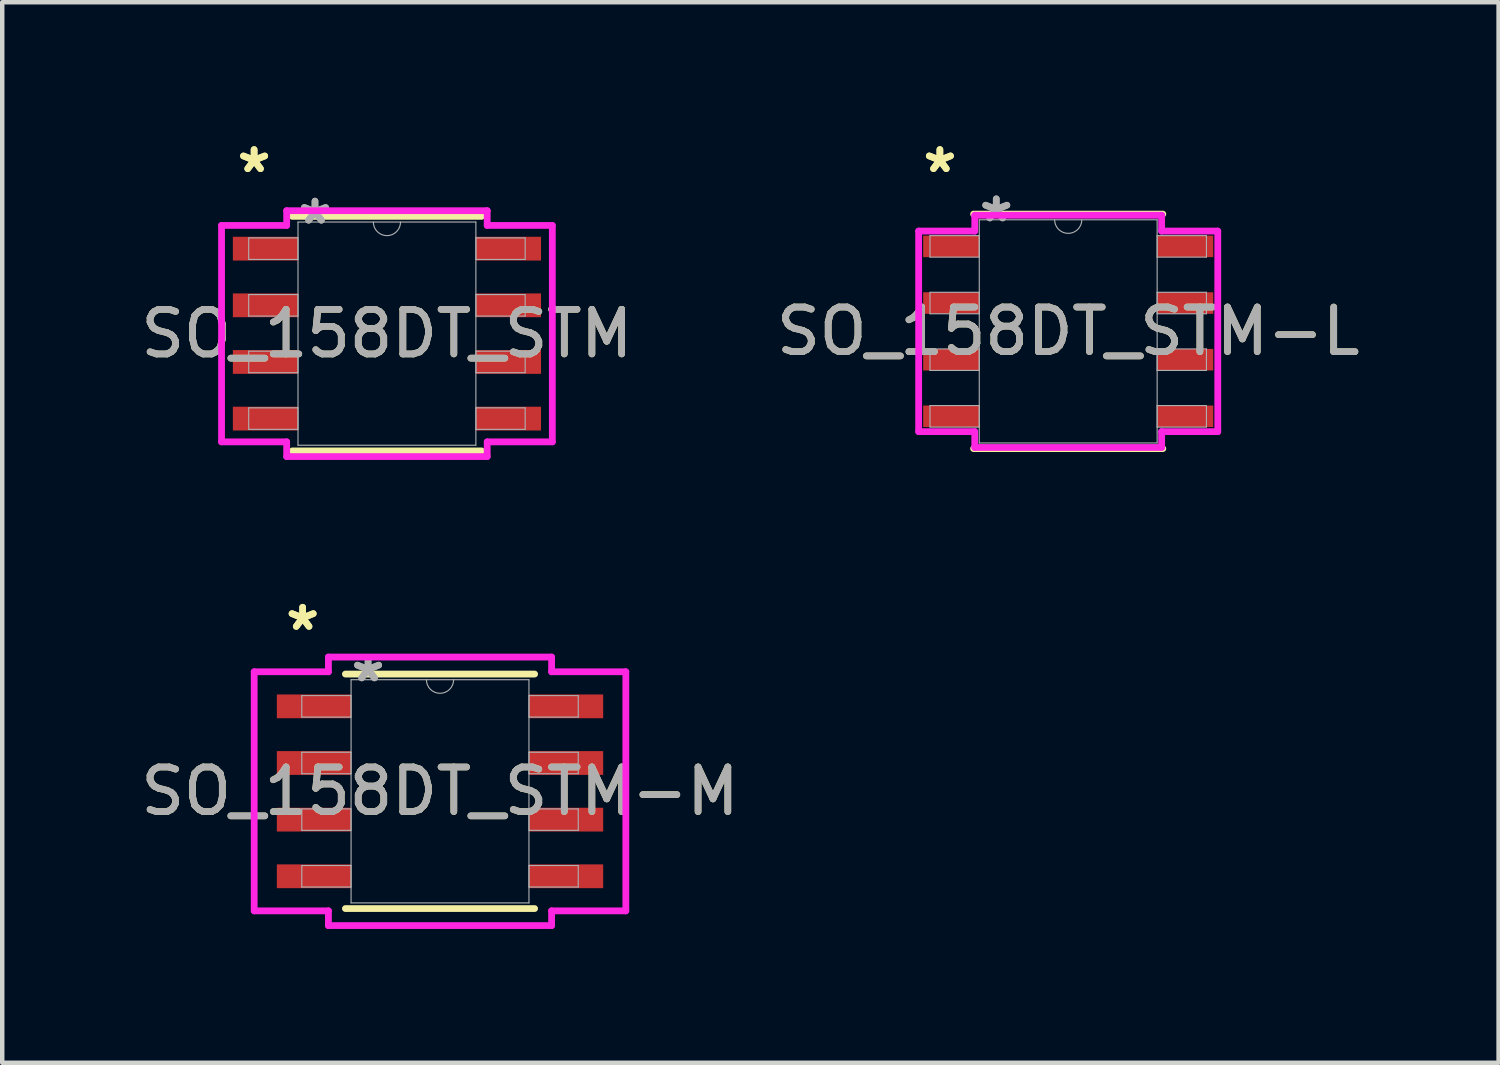
<source format=kicad_pcb>
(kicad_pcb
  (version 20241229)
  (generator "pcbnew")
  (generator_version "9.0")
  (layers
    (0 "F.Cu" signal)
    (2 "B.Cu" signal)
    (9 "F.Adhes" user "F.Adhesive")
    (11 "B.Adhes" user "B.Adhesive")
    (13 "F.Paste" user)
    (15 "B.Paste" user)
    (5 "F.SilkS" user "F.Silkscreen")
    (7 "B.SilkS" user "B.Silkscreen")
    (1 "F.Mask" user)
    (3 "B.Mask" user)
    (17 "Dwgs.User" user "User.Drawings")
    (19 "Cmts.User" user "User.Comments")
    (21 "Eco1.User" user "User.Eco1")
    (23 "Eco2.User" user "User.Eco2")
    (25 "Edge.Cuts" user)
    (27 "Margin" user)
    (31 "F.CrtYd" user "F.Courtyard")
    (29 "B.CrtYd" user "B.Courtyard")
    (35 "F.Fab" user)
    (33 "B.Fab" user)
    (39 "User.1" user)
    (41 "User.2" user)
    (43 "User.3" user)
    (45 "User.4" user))
  (footprint "SO_158DT_STM"
    (layer "F.Cu")
    (at 5.625 4.43)
    (property "Reference" "SO_158DT_STM" (at 0 0 0) (unlocked yes) (layer "F.SilkS") (effects (font (size 1 1) (thickness 0.15))))
    (attr smd)
    (fp_line (start -2.121 2.629) (end 2.121 2.629) (stroke (width 0.152) (type solid)) (layer "F.SilkS"))
    (fp_line (start 2.121 -2.629) (end -2.121 -2.629) (stroke (width 0.152) (type solid)) (layer "F.SilkS"))
    (fp_line (start -3.708 -2.426) (end -2.248 -2.426) (stroke (width 0.152) (type solid)) (layer "F.CrtYd"))
    (fp_line (start -3.708 2.426) (end -3.708 -2.426) (stroke (width 0.152) (type solid)) (layer "F.CrtYd"))
    (fp_line (start -3.708 2.426) (end -2.248 2.426) (stroke (width 0.152) (type solid)) (layer "F.CrtYd"))
    (fp_line (start -2.248 -2.756) (end 2.248 -2.756) (stroke (width 0.152) (type solid)) (layer "F.CrtYd"))
    (fp_line (start -2.248 -2.426) (end -2.248 -2.756) (stroke (width 0.152) (type solid)) (layer "F.CrtYd"))
    (fp_line (start -2.248 2.756) (end -2.248 2.426) (stroke (width 0.152) (type solid)) (layer "F.CrtYd"))
    (fp_line (start 2.248 -2.756) (end 2.248 -2.426) (stroke (width 0.152) (type solid)) (layer "F.CrtYd"))
    (fp_line (start 2.248 2.426) (end 2.248 2.756) (stroke (width 0.152) (type solid)) (layer "F.CrtYd"))
    (fp_line (start 2.248 2.756) (end -2.248 2.756) (stroke (width 0.152) (type solid)) (layer "F.CrtYd"))
    (fp_line (start 3.708 -2.426) (end 2.248 -2.426) (stroke (width 0.152) (type solid)) (layer "F.CrtYd"))
    (fp_line (start 3.708 -2.426) (end 3.708 2.426) (stroke (width 0.152) (type solid)) (layer "F.CrtYd"))
    (fp_line (start 3.708 2.426) (end 2.248 2.426) (stroke (width 0.152) (type solid)) (layer "F.CrtYd"))
    (fp_line (start -3.099 -2.146) (end -3.099 -1.664) (stroke (width 0.025) (type solid)) (layer "F.Fab"))
    (fp_line (start -3.099 -1.664) (end -1.994 -1.664) (stroke (width 0.025) (type solid)) (layer "F.Fab"))
    (fp_line (start -3.099 -0.876) (end -3.099 -0.394) (stroke (width 0.025) (type solid)) (layer "F.Fab"))
    (fp_line (start -3.099 -0.394) (end -1.994 -0.394) (stroke (width 0.025) (type solid)) (layer "F.Fab"))
    (fp_line (start -3.099 0.394) (end -3.099 0.876) (stroke (width 0.025) (type solid)) (layer "F.Fab"))
    (fp_line (start -3.099 0.876) (end -1.994 0.876) (stroke (width 0.025) (type solid)) (layer "F.Fab"))
    (fp_line (start -3.099 1.664) (end -3.099 2.146) (stroke (width 0.025) (type solid)) (layer "F.Fab"))
    (fp_line (start -3.099 2.146) (end -1.994 2.146) (stroke (width 0.025) (type solid)) (layer "F.Fab"))
    (fp_line (start -1.994 -2.502) (end -1.994 2.502) (stroke (width 0.025) (type solid)) (layer "F.Fab"))
    (fp_line (start -1.994 -2.146) (end -3.099 -2.146) (stroke (width 0.025) (type solid)) (layer "F.Fab"))
    (fp_line (start -1.994 -1.664) (end -1.994 -2.146) (stroke (width 0.025) (type solid)) (layer "F.Fab"))
    (fp_line (start -1.994 -0.876) (end -3.099 -0.876) (stroke (width 0.025) (type solid)) (layer "F.Fab"))
    (fp_line (start -1.994 -0.394) (end -1.994 -0.876) (stroke (width 0.025) (type solid)) (layer "F.Fab"))
    (fp_line (start -1.994 0.394) (end -3.099 0.394) (stroke (width 0.025) (type solid)) (layer "F.Fab"))
    (fp_line (start -1.994 0.876) (end -1.994 0.394) (stroke (width 0.025) (type solid)) (layer "F.Fab"))
    (fp_line (start -1.994 1.664) (end -3.099 1.664) (stroke (width 0.025) (type solid)) (layer "F.Fab"))
    (fp_line (start -1.994 2.146) (end -1.994 1.664) (stroke (width 0.025) (type solid)) (layer "F.Fab"))
    (fp_line (start -1.994 2.502) (end 1.994 2.502) (stroke (width 0.025) (type solid)) (layer "F.Fab"))
    (fp_line (start 1.994 -2.502) (end -1.994 -2.502) (stroke (width 0.025) (type solid)) (layer "F.Fab"))
    (fp_line (start 1.994 -2.146) (end 1.994 -1.664) (stroke (width 0.025) (type solid)) (layer "F.Fab"))
    (fp_line (start 1.994 -1.664) (end 3.099 -1.664) (stroke (width 0.025) (type solid)) (layer "F.Fab"))
    (fp_line (start 1.994 -0.876) (end 1.994 -0.394) (stroke (width 0.025) (type solid)) (layer "F.Fab"))
    (fp_line (start 1.994 -0.394) (end 3.099 -0.394) (stroke (width 0.025) (type solid)) (layer "F.Fab"))
    (fp_line (start 1.994 0.394) (end 1.994 0.876) (stroke (width 0.025) (type solid)) (layer "F.Fab"))
    (fp_line (start 1.994 0.876) (end 3.099 0.876) (stroke (width 0.025) (type solid)) (layer "F.Fab"))
    (fp_line (start 1.994 1.664) (end 1.994 2.146) (stroke (width 0.025) (type solid)) (layer "F.Fab"))
    (fp_line (start 1.994 2.146) (end 3.099 2.146) (stroke (width 0.025) (type solid)) (layer "F.Fab"))
    (fp_line (start 1.994 2.502) (end 1.994 -2.502) (stroke (width 0.025) (type solid)) (layer "F.Fab"))
    (fp_line (start 3.099 -2.146) (end 1.994 -2.146) (stroke (width 0.025) (type solid)) (layer "F.Fab"))
    (fp_line (start 3.099 -1.664) (end 3.099 -2.146) (stroke (width 0.025) (type solid)) (layer "F.Fab"))
    (fp_line (start 3.099 -0.876) (end 1.994 -0.876) (stroke (width 0.025) (type solid)) (layer "F.Fab"))
    (fp_line (start 3.099 -0.394) (end 3.099 -0.876) (stroke (width 0.025) (type solid)) (layer "F.Fab"))
    (fp_line (start 3.099 0.394) (end 1.994 0.394) (stroke (width 0.025) (type solid)) (layer "F.Fab"))
    (fp_line (start 3.099 0.876) (end 3.099 0.394) (stroke (width 0.025) (type solid)) (layer "F.Fab"))
    (fp_line (start 3.099 1.664) (end 1.994 1.664) (stroke (width 0.025) (type solid)) (layer "F.Fab"))
    (fp_line (start 3.099 2.146) (end 3.099 1.664) (stroke (width 0.025) (type solid)) (layer "F.Fab"))
    (fp_arc (start 0.3048 -2.5019) (mid 0 -2.1971) (end -0.3048 -2.5019) (stroke (width 0.0254) (type solid)) (layer "F.Fab"))
    (fp_text user "*" (at -2.978 -3.581 0) (layer "F.SilkS") (effects (font (size 1 1) (thickness 0.15))))
    (fp_text user "*" (at -2.978 -3.581 0) (unlocked yes) (layer "F.SilkS") (effects (font (size 1 1) (thickness 0.15))))
    (fp_text user "${REFERENCE}" (at 0 0 0) (unlocked yes) (layer "F.Fab") (effects (font (size 1 1) (thickness 0.15))))
    (fp_text user "*" (at -1.613 -2.426 0) (unlocked yes) (layer "F.Fab") (effects (font (size 1 1) (thickness 0.15))))
    (fp_text user "*" (at -1.613 -2.426 0) (layer "F.Fab") (effects (font (size 1 1) (thickness 0.15))))
    (pad "1" smd rect (at -2.724 -1.905) (size 1.46 0.533) (layers "F.Cu" "F.Mask" "F.Paste"))
    (pad "2" smd rect (at -2.724 -0.635) (size 1.46 0.533) (layers "F.Cu" "F.Mask" "F.Paste"))
    (pad "3" smd rect (at -2.724 0.635) (size 1.46 0.533) (layers "F.Cu" "F.Mask" "F.Paste"))
    (pad "4" smd rect (at -2.724 1.905) (size 1.46 0.533) (layers "F.Cu" "F.Mask" "F.Paste"))
    (pad "5" smd rect (at 2.724 1.905) (size 1.46 0.533) (layers "F.Cu" "F.Mask" "F.Paste"))
    (pad "6" smd rect (at 2.724 0.635) (size 1.46 0.533) (layers "F.Cu" "F.Mask" "F.Paste"))
    (pad "7" smd rect (at 2.724 -0.635) (size 1.46 0.533) (layers "F.Cu" "F.Mask" "F.Paste"))
    (pad "8" smd rect (at 2.724 -1.905) (size 1.46 0.533) (layers "F.Cu" "F.Mask" "F.Paste")))
  (footprint "SO_158DT_STM-L"
    (layer "F.Cu")
    (at 20.899 4.379)
    (property "Reference" "SO_158DT_STM-L" (at 0 0 0) (unlocked yes) (layer "F.SilkS") (effects (font (size 1 1) (thickness 0.15))))
    (attr smd)
    (fp_line (start -2.121 2.629) (end 2.121 2.629) (stroke (width 0.152) (type solid)) (layer "F.SilkS"))
    (fp_line (start 2.121 -2.629) (end -2.121 -2.629) (stroke (width 0.152) (type solid)) (layer "F.SilkS"))
    (fp_line (start -3.353 -2.248) (end -2.095 -2.248) (stroke (width 0.152) (type solid)) (layer "F.CrtYd"))
    (fp_line (start -3.353 2.248) (end -3.353 -2.248) (stroke (width 0.152) (type solid)) (layer "F.CrtYd"))
    (fp_line (start -3.353 2.248) (end -2.095 2.248) (stroke (width 0.152) (type solid)) (layer "F.CrtYd"))
    (fp_line (start -2.095 -2.603) (end 2.095 -2.603) (stroke (width 0.152) (type solid)) (layer "F.CrtYd"))
    (fp_line (start -2.095 -2.248) (end -2.095 -2.603) (stroke (width 0.152) (type solid)) (layer "F.CrtYd"))
    (fp_line (start -2.095 2.603) (end -2.095 2.248) (stroke (width 0.152) (type solid)) (layer "F.CrtYd"))
    (fp_line (start 2.095 -2.603) (end 2.095 -2.248) (stroke (width 0.152) (type solid)) (layer "F.CrtYd"))
    (fp_line (start 2.095 2.248) (end 2.095 2.603) (stroke (width 0.152) (type solid)) (layer "F.CrtYd"))
    (fp_line (start 2.095 2.603) (end -2.095 2.603) (stroke (width 0.152) (type solid)) (layer "F.CrtYd"))
    (fp_line (start 3.353 -2.248) (end 2.095 -2.248) (stroke (width 0.152) (type solid)) (layer "F.CrtYd"))
    (fp_line (start 3.353 -2.248) (end 3.353 2.248) (stroke (width 0.152) (type solid)) (layer "F.CrtYd"))
    (fp_line (start 3.353 2.248) (end 2.095 2.248) (stroke (width 0.152) (type solid)) (layer "F.CrtYd"))
    (fp_line (start -3.099 -2.146) (end -3.099 -1.664) (stroke (width 0.025) (type solid)) (layer "F.Fab"))
    (fp_line (start -3.099 -1.664) (end -1.994 -1.664) (stroke (width 0.025) (type solid)) (layer "F.Fab"))
    (fp_line (start -3.099 -0.876) (end -3.099 -0.394) (stroke (width 0.025) (type solid)) (layer "F.Fab"))
    (fp_line (start -3.099 -0.394) (end -1.994 -0.394) (stroke (width 0.025) (type solid)) (layer "F.Fab"))
    (fp_line (start -3.099 0.394) (end -3.099 0.876) (stroke (width 0.025) (type solid)) (layer "F.Fab"))
    (fp_line (start -3.099 0.876) (end -1.994 0.876) (stroke (width 0.025) (type solid)) (layer "F.Fab"))
    (fp_line (start -3.099 1.664) (end -3.099 2.146) (stroke (width 0.025) (type solid)) (layer "F.Fab"))
    (fp_line (start -3.099 2.146) (end -1.994 2.146) (stroke (width 0.025) (type solid)) (layer "F.Fab"))
    (fp_line (start -1.994 -2.502) (end -1.994 2.502) (stroke (width 0.025) (type solid)) (layer "F.Fab"))
    (fp_line (start -1.994 -2.146) (end -3.099 -2.146) (stroke (width 0.025) (type solid)) (layer "F.Fab"))
    (fp_line (start -1.994 -1.664) (end -1.994 -2.146) (stroke (width 0.025) (type solid)) (layer "F.Fab"))
    (fp_line (start -1.994 -0.876) (end -3.099 -0.876) (stroke (width 0.025) (type solid)) (layer "F.Fab"))
    (fp_line (start -1.994 -0.394) (end -1.994 -0.876) (stroke (width 0.025) (type solid)) (layer "F.Fab"))
    (fp_line (start -1.994 0.394) (end -3.099 0.394) (stroke (width 0.025) (type solid)) (layer "F.Fab"))
    (fp_line (start -1.994 0.876) (end -1.994 0.394) (stroke (width 0.025) (type solid)) (layer "F.Fab"))
    (fp_line (start -1.994 1.664) (end -3.099 1.664) (stroke (width 0.025) (type solid)) (layer "F.Fab"))
    (fp_line (start -1.994 2.146) (end -1.994 1.664) (stroke (width 0.025) (type solid)) (layer "F.Fab"))
    (fp_line (start -1.994 2.502) (end 1.994 2.502) (stroke (width 0.025) (type solid)) (layer "F.Fab"))
    (fp_line (start 1.994 -2.502) (end -1.994 -2.502) (stroke (width 0.025) (type solid)) (layer "F.Fab"))
    (fp_line (start 1.994 -2.146) (end 1.994 -1.664) (stroke (width 0.025) (type solid)) (layer "F.Fab"))
    (fp_line (start 1.994 -1.664) (end 3.099 -1.664) (stroke (width 0.025) (type solid)) (layer "F.Fab"))
    (fp_line (start 1.994 -0.876) (end 1.994 -0.394) (stroke (width 0.025) (type solid)) (layer "F.Fab"))
    (fp_line (start 1.994 -0.394) (end 3.099 -0.394) (stroke (width 0.025) (type solid)) (layer "F.Fab"))
    (fp_line (start 1.994 0.394) (end 1.994 0.876) (stroke (width 0.025) (type solid)) (layer "F.Fab"))
    (fp_line (start 1.994 0.876) (end 3.099 0.876) (stroke (width 0.025) (type solid)) (layer "F.Fab"))
    (fp_line (start 1.994 1.664) (end 1.994 2.146) (stroke (width 0.025) (type solid)) (layer "F.Fab"))
    (fp_line (start 1.994 2.146) (end 3.099 2.146) (stroke (width 0.025) (type solid)) (layer "F.Fab"))
    (fp_line (start 1.994 2.502) (end 1.994 -2.502) (stroke (width 0.025) (type solid)) (layer "F.Fab"))
    (fp_line (start 3.099 -2.146) (end 1.994 -2.146) (stroke (width 0.025) (type solid)) (layer "F.Fab"))
    (fp_line (start 3.099 -1.664) (end 3.099 -2.146) (stroke (width 0.025) (type solid)) (layer "F.Fab"))
    (fp_line (start 3.099 -0.876) (end 1.994 -0.876) (stroke (width 0.025) (type solid)) (layer "F.Fab"))
    (fp_line (start 3.099 -0.394) (end 3.099 -0.876) (stroke (width 0.025) (type solid)) (layer "F.Fab"))
    (fp_line (start 3.099 0.394) (end 1.994 0.394) (stroke (width 0.025) (type solid)) (layer "F.Fab"))
    (fp_line (start 3.099 0.876) (end 3.099 0.394) (stroke (width 0.025) (type solid)) (layer "F.Fab"))
    (fp_line (start 3.099 1.664) (end 1.994 1.664) (stroke (width 0.025) (type solid)) (layer "F.Fab"))
    (fp_line (start 3.099 2.146) (end 3.099 1.664) (stroke (width 0.025) (type solid)) (layer "F.Fab"))
    (fp_arc (start 0.3048 -2.5019) (mid 0 -2.1971) (end -0.3048 -2.5019) (stroke (width 0.0254) (type solid)) (layer "F.Fab"))
    (fp_text user "*" (at -2.877 -3.531 0) (layer "F.SilkS") (effects (font (size 1 1) (thickness 0.15))))
    (fp_text user "*" (at -2.877 -3.531 0) (unlocked yes) (layer "F.SilkS") (effects (font (size 1 1) (thickness 0.15))))
    (fp_text user "*" (at -1.613 -2.426 0) (unlocked yes) (layer "F.Fab") (effects (font (size 1 1) (thickness 0.15))))
    (fp_text user "*" (at -1.613 -2.426 0) (layer "F.Fab") (effects (font (size 1 1) (thickness 0.15))))
    (fp_text user "${REFERENCE}" (at 0 0 0) (unlocked yes) (layer "F.Fab") (effects (font (size 1 1) (thickness 0.15))))
    (pad "1" smd rect (at -2.623 -1.905) (size 1.257 0.483) (layers "F.Cu" "F.Mask" "F.Paste"))
    (pad "2" smd rect (at -2.623 -0.635) (size 1.257 0.483) (layers "F.Cu" "F.Mask" "F.Paste"))
    (pad "3" smd rect (at -2.623 0.635) (size 1.257 0.483) (layers "F.Cu" "F.Mask" "F.Paste"))
    (pad "4" smd rect (at -2.623 1.905) (size 1.257 0.483) (layers "F.Cu" "F.Mask" "F.Paste"))
    (pad "5" smd rect (at 2.623 1.905) (size 1.257 0.483) (layers "F.Cu" "F.Mask" "F.Paste"))
    (pad "6" smd rect (at 2.623 0.635) (size 1.257 0.483) (layers "F.Cu" "F.Mask" "F.Paste"))
    (pad "7" smd rect (at 2.623 -0.635) (size 1.257 0.483) (layers "F.Cu" "F.Mask" "F.Paste"))
    (pad "8" smd rect (at 2.623 -1.905) (size 1.257 0.483) (layers "F.Cu" "F.Mask" "F.Paste")))
  (footprint "SO_158DT_STM-M"
    (layer "F.Cu")
    (at 6.815 14.691)
    (property "Reference" "SO_158DT_STM-M" (at 0 0 0) (unlocked yes) (layer "F.SilkS") (effects (font (size 1 1) (thickness 0.15))))
    (attr smd)
    (fp_line (start -2.121 2.629) (end 2.121 2.629) (stroke (width 0.152) (type solid)) (layer "F.SilkS"))
    (fp_line (start 2.121 -2.629) (end -2.121 -2.629) (stroke (width 0.152) (type solid)) (layer "F.SilkS"))
    (fp_line (start -4.166 -2.68) (end -2.502 -2.68) (stroke (width 0.152) (type solid)) (layer "F.CrtYd"))
    (fp_line (start -4.166 2.68) (end -4.166 -2.68) (stroke (width 0.152) (type solid)) (layer "F.CrtYd"))
    (fp_line (start -4.166 2.68) (end -2.502 2.68) (stroke (width 0.152) (type solid)) (layer "F.CrtYd"))
    (fp_line (start -2.502 -3.01) (end 2.502 -3.01) (stroke (width 0.152) (type solid)) (layer "F.CrtYd"))
    (fp_line (start -2.502 -2.68) (end -2.502 -3.01) (stroke (width 0.152) (type solid)) (layer "F.CrtYd"))
    (fp_line (start -2.502 3.01) (end -2.502 2.68) (stroke (width 0.152) (type solid)) (layer "F.CrtYd"))
    (fp_line (start 2.502 -3.01) (end 2.502 -2.68) (stroke (width 0.152) (type solid)) (layer "F.CrtYd"))
    (fp_line (start 2.502 2.68) (end 2.502 3.01) (stroke (width 0.152) (type solid)) (layer "F.CrtYd"))
    (fp_line (start 2.502 3.01) (end -2.502 3.01) (stroke (width 0.152) (type solid)) (layer "F.CrtYd"))
    (fp_line (start 4.166 -2.68) (end 2.502 -2.68) (stroke (width 0.152) (type solid)) (layer "F.CrtYd"))
    (fp_line (start 4.166 -2.68) (end 4.166 2.68) (stroke (width 0.152) (type solid)) (layer "F.CrtYd"))
    (fp_line (start 4.166 2.68) (end 2.502 2.68) (stroke (width 0.152) (type solid)) (layer "F.CrtYd"))
    (fp_line (start -3.099 -2.146) (end -3.099 -1.664) (stroke (width 0.025) (type solid)) (layer "F.Fab"))
    (fp_line (start -3.099 -1.664) (end -1.994 -1.664) (stroke (width 0.025) (type solid)) (layer "F.Fab"))
    (fp_line (start -3.099 -0.876) (end -3.099 -0.394) (stroke (width 0.025) (type solid)) (layer "F.Fab"))
    (fp_line (start -3.099 -0.394) (end -1.994 -0.394) (stroke (width 0.025) (type solid)) (layer "F.Fab"))
    (fp_line (start -3.099 0.394) (end -3.099 0.876) (stroke (width 0.025) (type solid)) (layer "F.Fab"))
    (fp_line (start -3.099 0.876) (end -1.994 0.876) (stroke (width 0.025) (type solid)) (layer "F.Fab"))
    (fp_line (start -3.099 1.664) (end -3.099 2.146) (stroke (width 0.025) (type solid)) (layer "F.Fab"))
    (fp_line (start -3.099 2.146) (end -1.994 2.146) (stroke (width 0.025) (type solid)) (layer "F.Fab"))
    (fp_line (start -1.994 -2.502) (end -1.994 2.502) (stroke (width 0.025) (type solid)) (layer "F.Fab"))
    (fp_line (start -1.994 -2.146) (end -3.099 -2.146) (stroke (width 0.025) (type solid)) (layer "F.Fab"))
    (fp_line (start -1.994 -1.664) (end -1.994 -2.146) (stroke (width 0.025) (type solid)) (layer "F.Fab"))
    (fp_line (start -1.994 -0.876) (end -3.099 -0.876) (stroke (width 0.025) (type solid)) (layer "F.Fab"))
    (fp_line (start -1.994 -0.394) (end -1.994 -0.876) (stroke (width 0.025) (type solid)) (layer "F.Fab"))
    (fp_line (start -1.994 0.394) (end -3.099 0.394) (stroke (width 0.025) (type solid)) (layer "F.Fab"))
    (fp_line (start -1.994 0.876) (end -1.994 0.394) (stroke (width 0.025) (type solid)) (layer "F.Fab"))
    (fp_line (start -1.994 1.664) (end -3.099 1.664) (stroke (width 0.025) (type solid)) (layer "F.Fab"))
    (fp_line (start -1.994 2.146) (end -1.994 1.664) (stroke (width 0.025) (type solid)) (layer "F.Fab"))
    (fp_line (start -1.994 2.502) (end 1.994 2.502) (stroke (width 0.025) (type solid)) (layer "F.Fab"))
    (fp_line (start 1.994 -2.502) (end -1.994 -2.502) (stroke (width 0.025) (type solid)) (layer "F.Fab"))
    (fp_line (start 1.994 -2.146) (end 1.994 -1.664) (stroke (width 0.025) (type solid)) (layer "F.Fab"))
    (fp_line (start 1.994 -1.664) (end 3.099 -1.664) (stroke (width 0.025) (type solid)) (layer "F.Fab"))
    (fp_line (start 1.994 -0.876) (end 1.994 -0.394) (stroke (width 0.025) (type solid)) (layer "F.Fab"))
    (fp_line (start 1.994 -0.394) (end 3.099 -0.394) (stroke (width 0.025) (type solid)) (layer "F.Fab"))
    (fp_line (start 1.994 0.394) (end 1.994 0.876) (stroke (width 0.025) (type solid)) (layer "F.Fab"))
    (fp_line (start 1.994 0.876) (end 3.099 0.876) (stroke (width 0.025) (type solid)) (layer "F.Fab"))
    (fp_line (start 1.994 1.664) (end 1.994 2.146) (stroke (width 0.025) (type solid)) (layer "F.Fab"))
    (fp_line (start 1.994 2.146) (end 3.099 2.146) (stroke (width 0.025) (type solid)) (layer "F.Fab"))
    (fp_line (start 1.994 2.502) (end 1.994 -2.502) (stroke (width 0.025) (type solid)) (layer "F.Fab"))
    (fp_line (start 3.099 -2.146) (end 1.994 -2.146) (stroke (width 0.025) (type solid)) (layer "F.Fab"))
    (fp_line (start 3.099 -1.664) (end 3.099 -2.146) (stroke (width 0.025) (type solid)) (layer "F.Fab"))
    (fp_line (start 3.099 -0.876) (end 1.994 -0.876) (stroke (width 0.025) (type solid)) (layer "F.Fab"))
    (fp_line (start 3.099 -0.394) (end 3.099 -0.876) (stroke (width 0.025) (type solid)) (layer "F.Fab"))
    (fp_line (start 3.099 0.394) (end 1.994 0.394) (stroke (width 0.025) (type solid)) (layer "F.Fab"))
    (fp_line (start 3.099 0.876) (end 3.099 0.394) (stroke (width 0.025) (type solid)) (layer "F.Fab"))
    (fp_line (start 3.099 1.664) (end 1.994 1.664) (stroke (width 0.025) (type solid)) (layer "F.Fab"))
    (fp_line (start 3.099 2.146) (end 3.099 1.664) (stroke (width 0.025) (type solid)) (layer "F.Fab"))
    (fp_arc (start 0.3048 -2.5019) (mid 0 -2.1971) (end -0.3048 -2.5019) (stroke (width 0.0254) (type solid)) (layer "F.Fab"))
    (fp_text user "*" (at -3.08 -3.581 0) (unlocked yes) (layer "F.SilkS") (effects (font (size 1 1) (thickness 0.15))))
    (fp_text user "*" (at -3.08 -3.581 0) (layer "F.SilkS") (effects (font (size 1 1) (thickness 0.15))))
    (fp_text user "*" (at -1.613 -2.426 0) (unlocked yes) (layer "F.Fab") (effects (font (size 1 1) (thickness 0.15))))
    (fp_text user "*" (at -1.613 -2.426 0) (layer "F.Fab") (effects (font (size 1 1) (thickness 0.15))))
    (fp_text user "${REFERENCE}" (at 0 0 0) (unlocked yes) (layer "F.Fab") (effects (font (size 1 1) (thickness 0.15))))
    (pad "1" smd rect (at -2.826 -1.905) (size 1.664 0.533) (layers "F.Cu" "F.Mask" "F.Paste"))
    (pad "2" smd rect (at -2.826 -0.635) (size 1.664 0.533) (layers "F.Cu" "F.Mask" "F.Paste"))
    (pad "3" smd rect (at -2.826 0.635) (size 1.664 0.533) (layers "F.Cu" "F.Mask" "F.Paste"))
    (pad "4" smd rect (at -2.826 1.905) (size 1.664 0.533) (layers "F.Cu" "F.Mask" "F.Paste"))
    (pad "5" smd rect (at 2.826 1.905) (size 1.664 0.533) (layers "F.Cu" "F.Mask" "F.Paste"))
    (pad "6" smd rect (at 2.826 0.635) (size 1.664 0.533) (layers "F.Cu" "F.Mask" "F.Paste"))
    (pad "7" smd rect (at 2.826 -0.635) (size 1.664 0.533) (layers "F.Cu" "F.Mask" "F.Paste"))
    (pad "8" smd rect (at 2.826 -1.905) (size 1.664 0.533) (layers "F.Cu" "F.Mask" "F.Paste")))
  (gr_rect
    (start -3 -3)
    (end 30.548 20.777)
    (stroke (width 0.1) (type default))
    (fill no)
    (layer "Edge.Cuts")))
</source>
